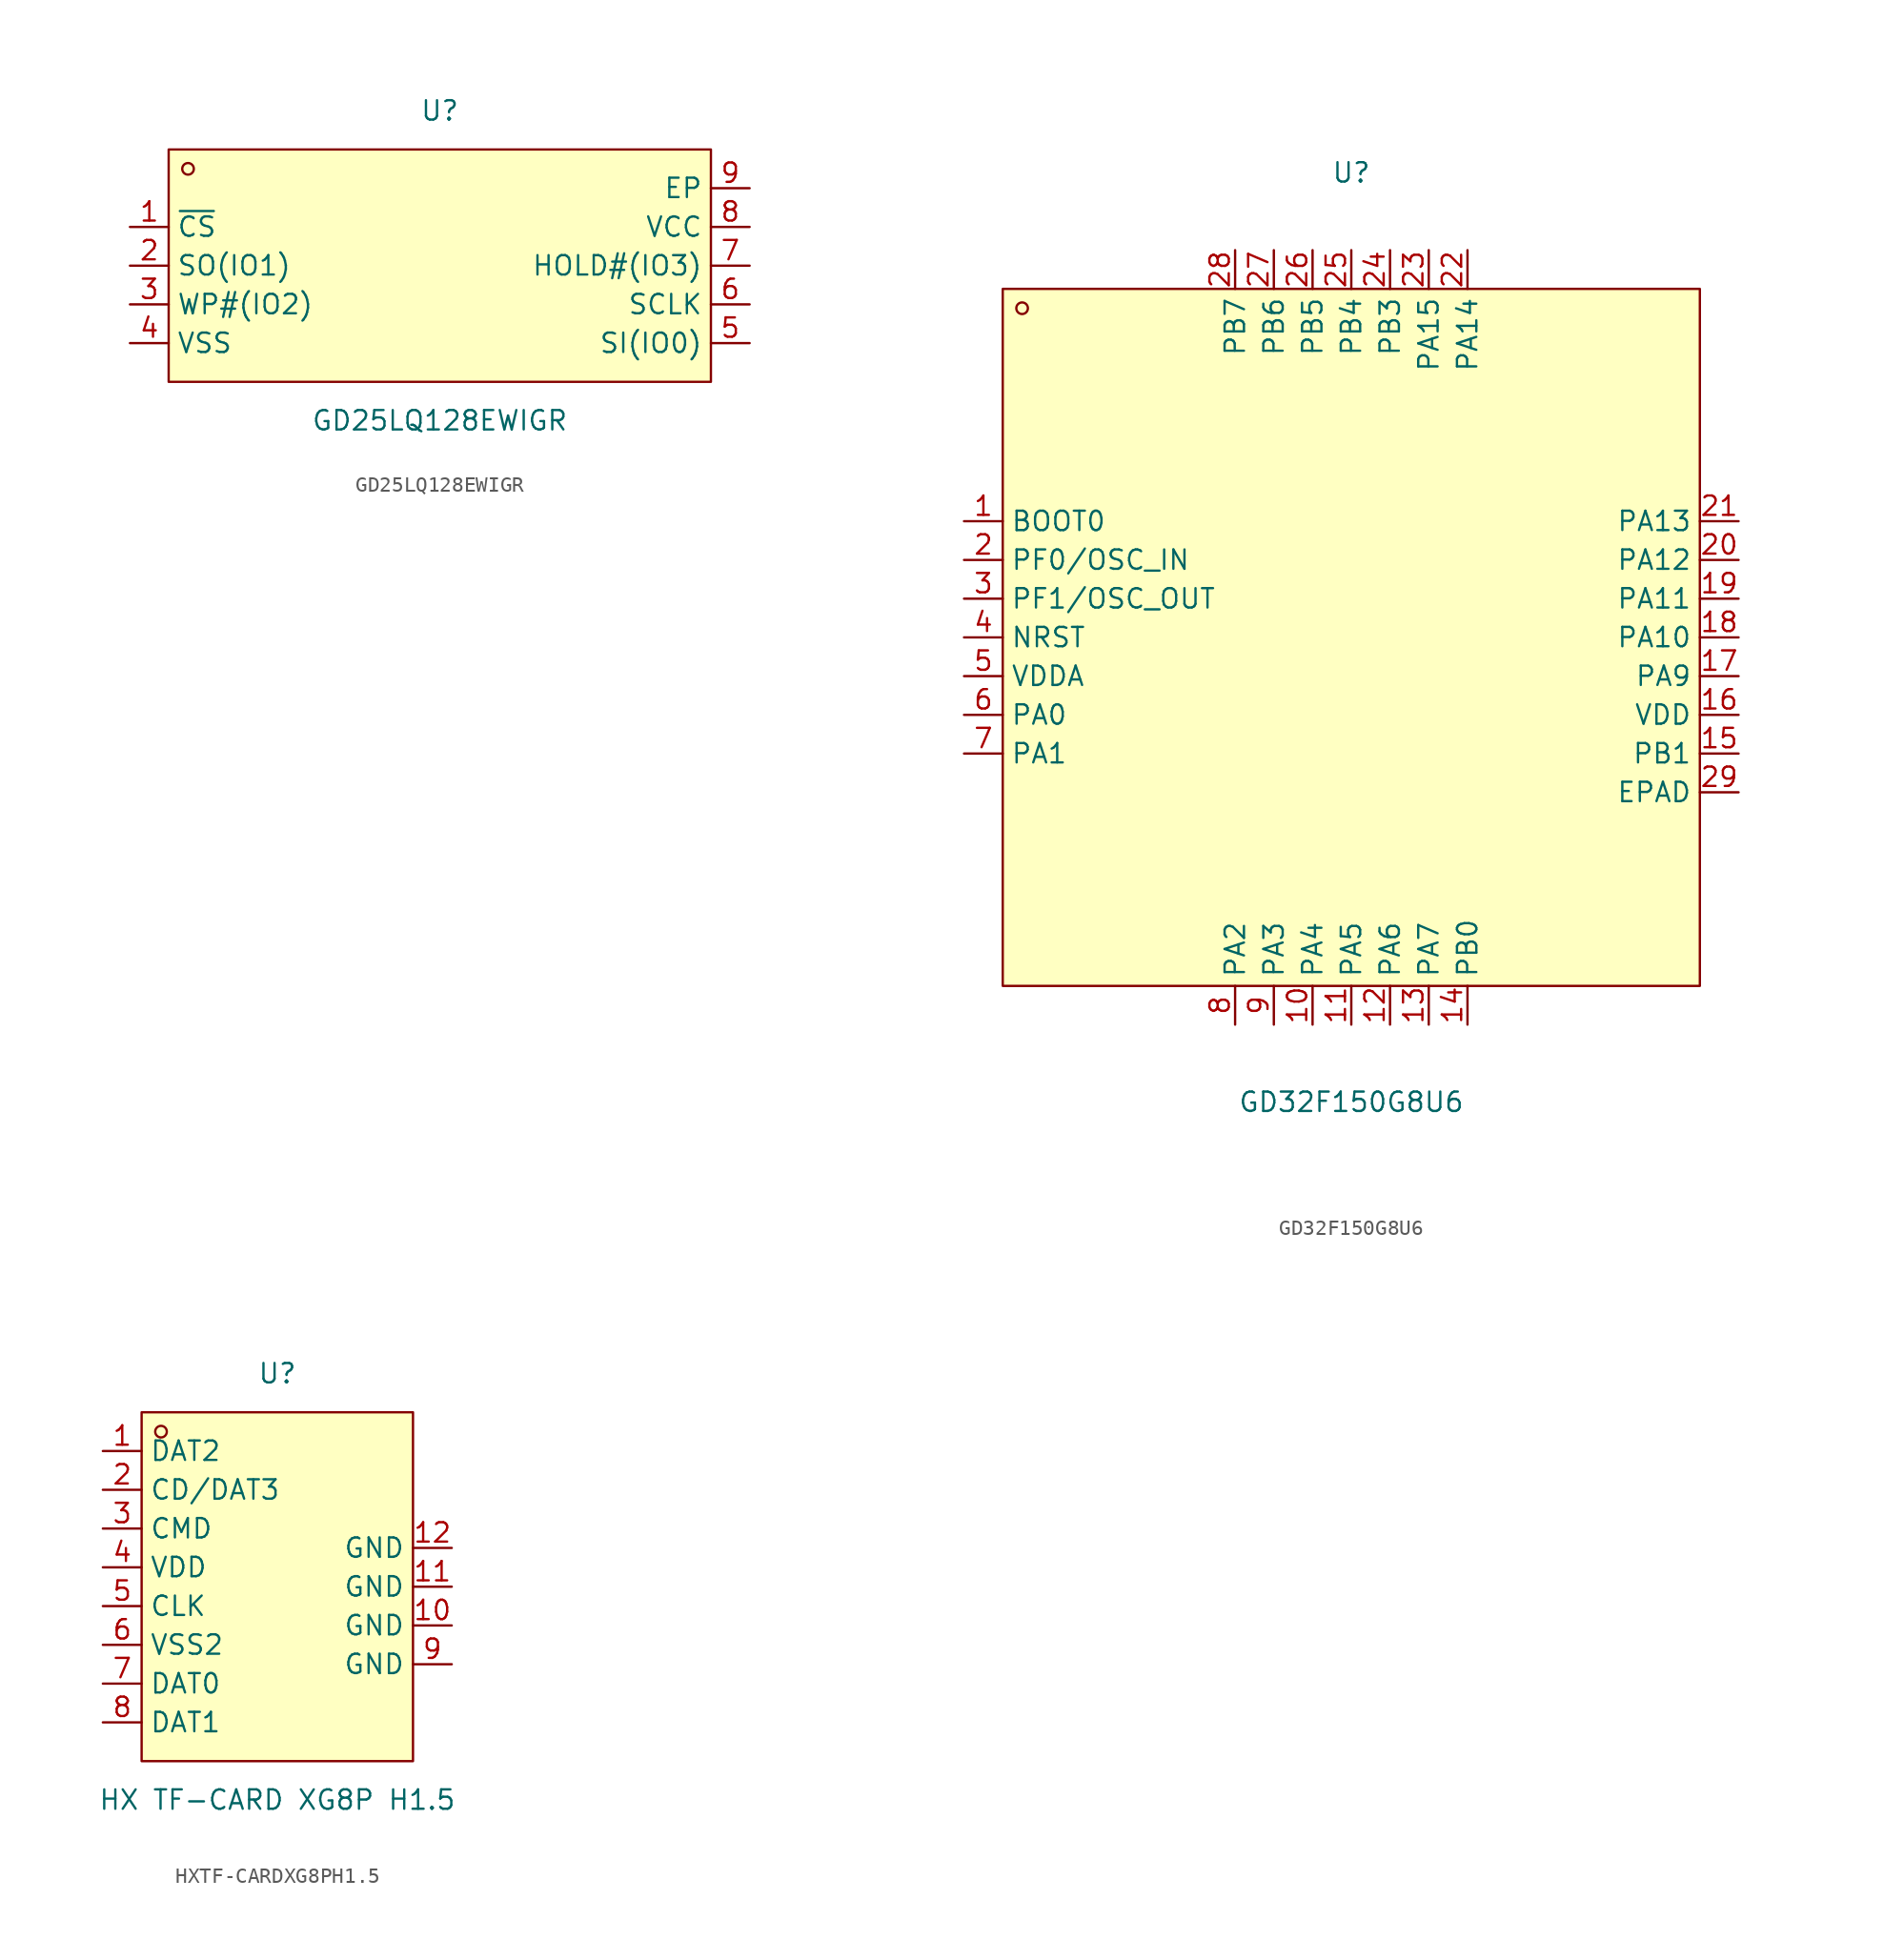
<source format=kicad_sym>
(kicad_symbol_lib
  (version 20211014)
  (generator https://github.com/uPesy/easyeda2kicad.py)
  (symbol "GD25LQ128EWIGR"
    (property "Reference" "U"
      (at 0 10.16 0)
      (effects (font (size 1.27 1.27))))
    (property "Value" "GD25LQ128EWIGR"
      (at 0 -10.16 0)
      (effects (font (size 1.27 1.27))))
    (symbol "GD25LQ128EWIGR_0_1"
      (rectangle (start -17.78 7.62) (end 17.78 -7.62) (stroke (width 0) (type default) (color 0 0 0 0)) (fill (type background)))
      (circle (center -16.51 6.35) (radius 0.38) (stroke (width 0) (type default) (color 0 0 0 0)) (fill (type none)))
      (pin unspecified line (at -20.32 2.54 0) (length 2.54) (name "~{CS}" (effects (font (size 1.27 1.27)))) (number "1" (effects (font (size 1.27 1.27)))))
      (pin unspecified line (at -20.32 -0.00 0) (length 2.54) (name "SO(IO1)" (effects (font (size 1.27 1.27)))) (number "2" (effects (font (size 1.27 1.27)))))
      (pin unspecified line (at -20.32 -2.54 0) (length 2.54) (name "WP#(IO2)" (effects (font (size 1.27 1.27)))) (number "3" (effects (font (size 1.27 1.27)))))
      (pin unspecified line (at -20.32 -5.08 0) (length 2.54) (name "VSS" (effects (font (size 1.27 1.27)))) (number "4" (effects (font (size 1.27 1.27)))))
      (pin unspecified line (at 20.32 -5.08 180) (length 2.54) (name "SI(IO0)" (effects (font (size 1.27 1.27)))) (number "5" (effects (font (size 1.27 1.27)))))
      (pin unspecified line (at 20.32 -2.54 180) (length 2.54) (name "SCLK" (effects (font (size 1.27 1.27)))) (number "6" (effects (font (size 1.27 1.27)))))
      (pin unspecified line (at 20.32 -0.00 180) (length 2.54) (name "HOLD#(IO3)" (effects (font (size 1.27 1.27)))) (number "7" (effects (font (size 1.27 1.27)))))
      (pin unspecified line (at 20.32 2.54 180) (length 2.54) (name "VCC" (effects (font (size 1.27 1.27)))) (number "8" (effects (font (size 1.27 1.27)))))
      (pin unspecified line (at 20.32 5.08 180) (length 2.54) (name "EP" (effects (font (size 1.27 1.27)))) (number "9" (effects (font (size 1.27 1.27)))))))
  (symbol "GD32F150G8U6"
    (property "Reference" "U"
      (at 0 30.48 0)
      (effects (font (size 1.27 1.27))))
    (property "Value" "GD32F150G8U6"
      (at 0 -30.48 0)
      (effects (font (size 1.27 1.27))))
    (symbol "GD32F150G8U6_0_1"
      (rectangle (start -22.86 22.86) (end 22.86 -22.86) (stroke (width 0) (type default) (color 0 0 0 0)) (fill (type background)))
      (circle (center -21.59 21.59) (radius 0.38) (stroke (width 0) (type default) (color 0 0 0 0)) (fill (type none)))
      (pin unspecified line (at -25.40 7.62 0) (length 2.54) (name "BOOT0" (effects (font (size 1.27 1.27)))) (number "1" (effects (font (size 1.27 1.27)))))
      (pin unspecified line (at -25.40 5.08 0) (length 2.54) (name "PF0/OSC_IN" (effects (font (size 1.27 1.27)))) (number "2" (effects (font (size 1.27 1.27)))))
      (pin unspecified line (at -25.40 2.54 0) (length 2.54) (name "PF1/OSC_OUT" (effects (font (size 1.27 1.27)))) (number "3" (effects (font (size 1.27 1.27)))))
      (pin unspecified line (at -25.40 -0.00 0) (length 2.54) (name "NRST" (effects (font (size 1.27 1.27)))) (number "4" (effects (font (size 1.27 1.27)))))
      (pin unspecified line (at -25.40 -2.54 0) (length 2.54) (name "VDDA" (effects (font (size 1.27 1.27)))) (number "5" (effects (font (size 1.27 1.27)))))
      (pin unspecified line (at -25.40 -5.08 0) (length 2.54) (name "PA0" (effects (font (size 1.27 1.27)))) (number "6" (effects (font (size 1.27 1.27)))))
      (pin unspecified line (at -25.40 -7.62 0) (length 2.54) (name "PA1" (effects (font (size 1.27 1.27)))) (number "7" (effects (font (size 1.27 1.27)))))
      (pin unspecified line (at -7.62 -25.40 90) (length 2.54) (name "PA2" (effects (font (size 1.27 1.27)))) (number "8" (effects (font (size 1.27 1.27)))))
      (pin unspecified line (at -5.08 -25.40 90) (length 2.54) (name "PA3" (effects (font (size 1.27 1.27)))) (number "9" (effects (font (size 1.27 1.27)))))
      (pin unspecified line (at -2.54 -25.40 90) (length 2.54) (name "PA4" (effects (font (size 1.27 1.27)))) (number "10" (effects (font (size 1.27 1.27)))))
      (pin unspecified line (at 0.00 -25.40 90) (length 2.54) (name "PA5" (effects (font (size 1.27 1.27)))) (number "11" (effects (font (size 1.27 1.27)))))
      (pin unspecified line (at 2.54 -25.40 90) (length 2.54) (name "PA6" (effects (font (size 1.27 1.27)))) (number "12" (effects (font (size 1.27 1.27)))))
      (pin unspecified line (at 5.08 -25.40 90) (length 2.54) (name "PA7" (effects (font (size 1.27 1.27)))) (number "13" (effects (font (size 1.27 1.27)))))
      (pin unspecified line (at 7.62 -25.40 90) (length 2.54) (name "PB0" (effects (font (size 1.27 1.27)))) (number "14" (effects (font (size 1.27 1.27)))))
      (pin unspecified line (at 25.40 -7.62 180) (length 2.54) (name "PB1" (effects (font (size 1.27 1.27)))) (number "15" (effects (font (size 1.27 1.27)))))
      (pin unspecified line (at 25.40 -5.08 180) (length 2.54) (name "VDD" (effects (font (size 1.27 1.27)))) (number "16" (effects (font (size 1.27 1.27)))))
      (pin unspecified line (at 25.40 -2.54 180) (length 2.54) (name "PA9" (effects (font (size 1.27 1.27)))) (number "17" (effects (font (size 1.27 1.27)))))
      (pin unspecified line (at 25.40 -0.00 180) (length 2.54) (name "PA10" (effects (font (size 1.27 1.27)))) (number "18" (effects (font (size 1.27 1.27)))))
      (pin unspecified line (at 25.40 2.54 180) (length 2.54) (name "PA11" (effects (font (size 1.27 1.27)))) (number "19" (effects (font (size 1.27 1.27)))))
      (pin unspecified line (at 25.40 5.08 180) (length 2.54) (name "PA12" (effects (font (size 1.27 1.27)))) (number "20" (effects (font (size 1.27 1.27)))))
      (pin unspecified line (at 25.40 7.62 180) (length 2.54) (name "PA13" (effects (font (size 1.27 1.27)))) (number "21" (effects (font (size 1.27 1.27)))))
      (pin unspecified line (at 7.62 25.40 270) (length 2.54) (name "PA14" (effects (font (size 1.27 1.27)))) (number "22" (effects (font (size 1.27 1.27)))))
      (pin unspecified line (at 5.08 25.40 270) (length 2.54) (name "PA15" (effects (font (size 1.27 1.27)))) (number "23" (effects (font (size 1.27 1.27)))))
      (pin unspecified line (at 2.54 25.40 270) (length 2.54) (name "PB3" (effects (font (size 1.27 1.27)))) (number "24" (effects (font (size 1.27 1.27)))))
      (pin unspecified line (at 0.00 25.40 270) (length 2.54) (name "PB4" (effects (font (size 1.27 1.27)))) (number "25" (effects (font (size 1.27 1.27)))))
      (pin unspecified line (at -2.54 25.40 270) (length 2.54) (name "PB5" (effects (font (size 1.27 1.27)))) (number "26" (effects (font (size 1.27 1.27)))))
      (pin unspecified line (at -5.08 25.40 270) (length 2.54) (name "PB6" (effects (font (size 1.27 1.27)))) (number "27" (effects (font (size 1.27 1.27)))))
      (pin unspecified line (at -7.62 25.40 270) (length 2.54) (name "PB7" (effects (font (size 1.27 1.27)))) (number "28" (effects (font (size 1.27 1.27)))))
      (pin unspecified line (at 25.40 -10.16 180) (length 2.54) (name "EPAD" (effects (font (size 1.27 1.27)))) (number "29" (effects (font (size 1.27 1.27)))))))
  (symbol "HXTF-CARDXG8PH1.5"
    (property "Reference" "U"
      (at 0 13.97 0)
      (effects (font (size 1.27 1.27))))
    (property "Value" "HX TF-CARD XG8P H1.5"
      (at 0 -13.97 0)
      (effects (font (size 1.27 1.27))))
    (symbol "HXTF-CARDXG8PH1.5_0_1"
      (rectangle (start -8.89 11.43) (end 8.89 -11.43) (stroke (width 0) (type default) (color 0 0 0 0)) (fill (type background)))
      (circle (center -7.62 10.16) (radius 0.38) (stroke (width 0) (type default) (color 0 0 0 0)) (fill (type none)))
      (pin unspecified line (at -11.43 8.89 0) (length 2.54) (name "DAT2" (effects (font (size 1.27 1.27)))) (number "1" (effects (font (size 1.27 1.27)))))
      (pin unspecified line (at -11.43 6.35 0) (length 2.54) (name "CD/DAT3" (effects (font (size 1.27 1.27)))) (number "2" (effects (font (size 1.27 1.27)))))
      (pin unspecified line (at -11.43 3.81 0) (length 2.54) (name "CMD" (effects (font (size 1.27 1.27)))) (number "3" (effects (font (size 1.27 1.27)))))
      (pin unspecified line (at -11.43 1.27 0) (length 2.54) (name "VDD" (effects (font (size 1.27 1.27)))) (number "4" (effects (font (size 1.27 1.27)))))
      (pin unspecified line (at -11.43 -1.27 0) (length 2.54) (name "CLK" (effects (font (size 1.27 1.27)))) (number "5" (effects (font (size 1.27 1.27)))))
      (pin unspecified line (at -11.43 -3.81 0) (length 2.54) (name "VSS2" (effects (font (size 1.27 1.27)))) (number "6" (effects (font (size 1.27 1.27)))))
      (pin unspecified line (at -11.43 -6.35 0) (length 2.54) (name "DAT0" (effects (font (size 1.27 1.27)))) (number "7" (effects (font (size 1.27 1.27)))))
      (pin unspecified line (at -11.43 -8.89 0) (length 2.54) (name "DAT1" (effects (font (size 1.27 1.27)))) (number "8" (effects (font (size 1.27 1.27)))))
      (pin unspecified line (at 11.43 -5.08 180) (length 2.54) (name "GND" (effects (font (size 1.27 1.27)))) (number "9" (effects (font (size 1.27 1.27)))))
      (pin unspecified line (at 11.43 -2.54 180) (length 2.54) (name "GND" (effects (font (size 1.27 1.27)))) (number "10" (effects (font (size 1.27 1.27)))))
      (pin unspecified line (at 11.43 -0.00 180) (length 2.54) (name "GND" (effects (font (size 1.27 1.27)))) (number "11" (effects (font (size 1.27 1.27)))))
      (pin unspecified line (at 11.43 2.54 180) (length 2.54) (name "GND" (effects (font (size 1.27 1.27)))) (number "12" (effects (font (size 1.27 1.27))))))))
</source>
